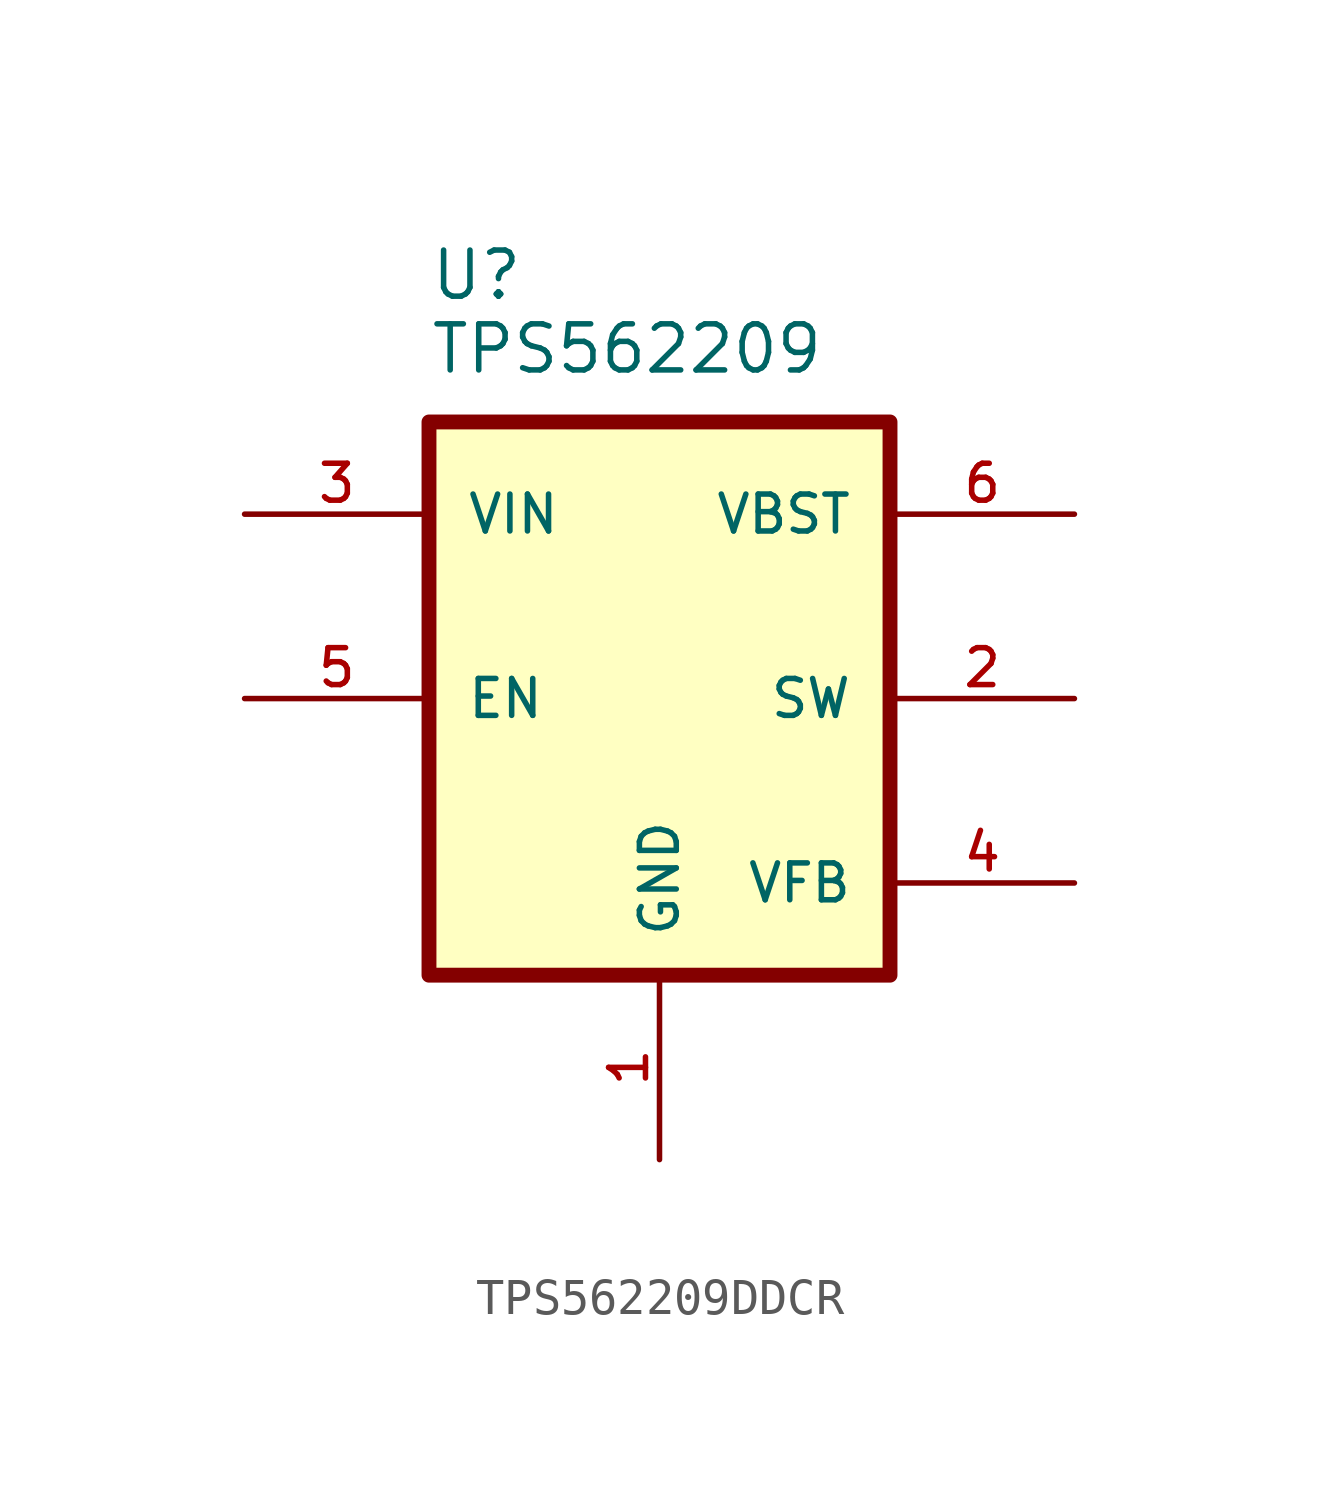
<source format=kicad_sym>
(kicad_symbol_lib
  (version 20231120)
  (generator "kicad_symbol_editor")
  (generator_version "8.0")
  (symbol "TPS562209DDCR"
    (pin_names
      (offset 1.016))
    (property "Reference" "U"
      (at -6.35 10.922 0)
      (effects (font (size 1.27 1.27)) (justify left bottom)))
    (property "Value" "TPS562209"
      (at -6.35 8.89 0)
      (effects (font (size 1.27 1.27)) (justify left bottom)))
    (symbol "TPS562209DDCR_0_0"
      (rectangle (start -6.35 7.62) (end 6.35 -7.62) (stroke (width 0.41) (type default)) (fill (type background)))
      (pin power_in line (at 0 -12.7 90) (length 5.08) (name "GND" (effects (font (size 1.016 1.016)))) (number "1" (effects (font (size 1.016 1.016)))))
      (pin bidirectional line (at 11.43 0 180) (length 5.08) (name "SW" (effects (font (size 1.016 1.016)))) (number "2" (effects (font (size 1.016 1.016)))))
      (pin input line (at -11.43 5.08 0) (length 5.08) (name "VIN" (effects (font (size 1.016 1.016)))) (number "3" (effects (font (size 1.016 1.016)))))
      (pin bidirectional line (at 11.43 -5.08 180) (length 5.08) (name "VFB" (effects (font (size 1.016 1.016)))) (number "4" (effects (font (size 1.016 1.016)))))
      (pin bidirectional line (at -11.43 0 0) (length 5.08) (name "EN" (effects (font (size 1.016 1.016)))) (number "5" (effects (font (size 1.016 1.016)))))
      (pin bidirectional line (at 11.43 5.08 180) (length 5.08) (name "VBST" (effects (font (size 1.016 1.016)))) (number "6" (effects (font (size 1.016 1.016))))))))
</source>
